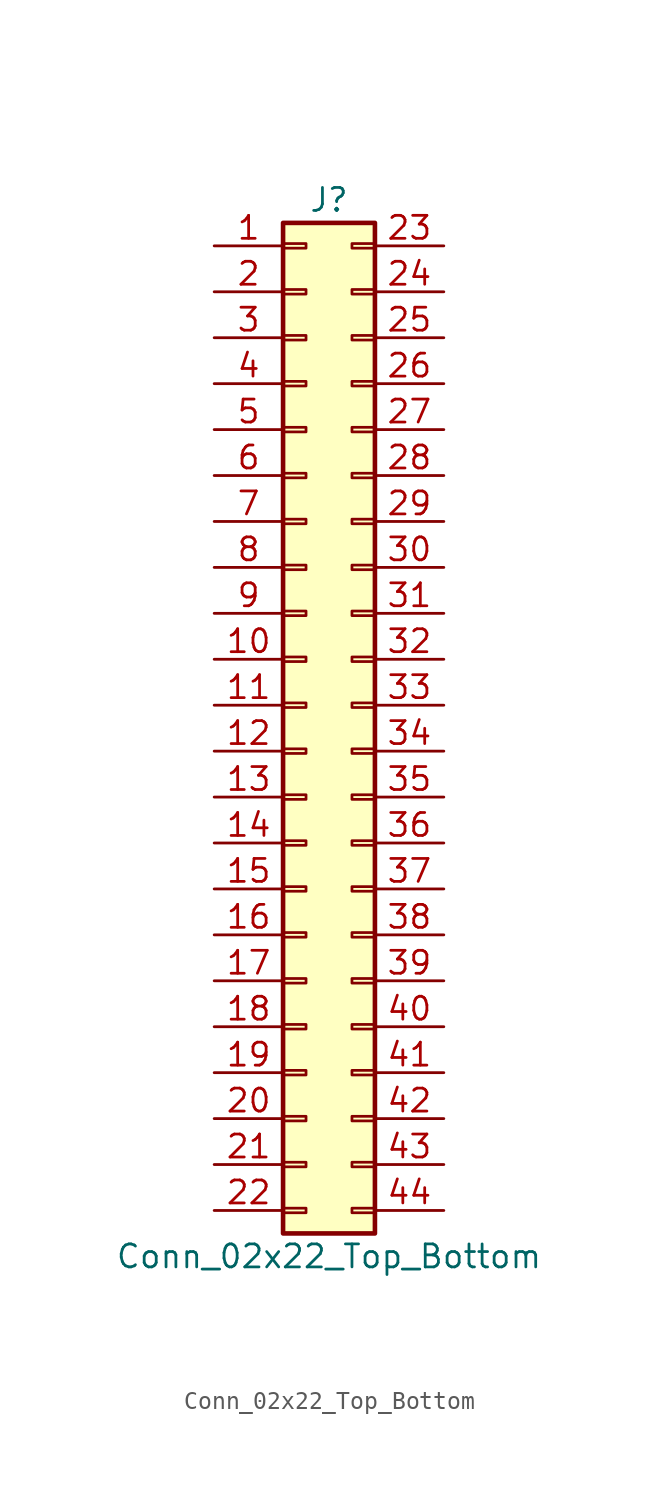
<source format=kicad_sym>
(kicad_symbol_lib
  (version 20220914)
  (generator kicad_symbol_editor)
  (symbol "Conn_02x22_Top_Bottom"
    (pin_names
      (offset 1.016) hide)
    (property "Reference" "J"
      (at 1.27 27.94 0)
      (effects (font (size 1.27 1.27))))
    (property "Value" "Conn_02x22_Top_Bottom"
      (at 1.27 -30.48 0)
      (effects (font (size 1.27 1.27))))
    (symbol "Conn_02x22_Top_Bottom_1_1"
      (rectangle (start -1.27 -27.813) (end 0 -28.067) (stroke (width 0.152) (type default)) (fill (type none)))
      (rectangle (start -1.27 -25.273) (end 0 -25.527) (stroke (width 0.152) (type default)) (fill (type none)))
      (rectangle (start -1.27 -22.733) (end 0 -22.987) (stroke (width 0.152) (type default)) (fill (type none)))
      (rectangle (start -1.27 -20.193) (end 0 -20.447) (stroke (width 0.152) (type default)) (fill (type none)))
      (rectangle (start -1.27 -17.653) (end 0 -17.907) (stroke (width 0.152) (type default)) (fill (type none)))
      (rectangle (start -1.27 -15.113) (end 0 -15.367) (stroke (width 0.152) (type default)) (fill (type none)))
      (rectangle (start -1.27 -12.573) (end 0 -12.827) (stroke (width 0.152) (type default)) (fill (type none)))
      (rectangle (start -1.27 -10.033) (end 0 -10.287) (stroke (width 0.152) (type default)) (fill (type none)))
      (rectangle (start -1.27 -7.493) (end 0 -7.747) (stroke (width 0.152) (type default)) (fill (type none)))
      (rectangle (start -1.27 -4.953) (end 0 -5.207) (stroke (width 0.152) (type default)) (fill (type none)))
      (rectangle (start -1.27 -2.413) (end 0 -2.667) (stroke (width 0.152) (type default)) (fill (type none)))
      (rectangle (start -1.27 0.127) (end 0 -0.127) (stroke (width 0.152) (type default)) (fill (type none)))
      (rectangle (start -1.27 2.667) (end 0 2.413) (stroke (width 0.152) (type default)) (fill (type none)))
      (rectangle (start -1.27 5.207) (end 0 4.953) (stroke (width 0.152) (type default)) (fill (type none)))
      (rectangle (start -1.27 7.747) (end 0 7.493) (stroke (width 0.152) (type default)) (fill (type none)))
      (rectangle (start -1.27 10.287) (end 0 10.033) (stroke (width 0.152) (type default)) (fill (type none)))
      (rectangle (start -1.27 12.827) (end 0 12.573) (stroke (width 0.152) (type default)) (fill (type none)))
      (rectangle (start -1.27 15.367) (end 0 15.113) (stroke (width 0.152) (type default)) (fill (type none)))
      (rectangle (start -1.27 17.907) (end 0 17.653) (stroke (width 0.152) (type default)) (fill (type none)))
      (rectangle (start -1.27 20.447) (end 0 20.193) (stroke (width 0.152) (type default)) (fill (type none)))
      (rectangle (start -1.27 22.987) (end 0 22.733) (stroke (width 0.152) (type default)) (fill (type none)))
      (rectangle (start -1.27 25.527) (end 0 25.273) (stroke (width 0.152) (type default)) (fill (type none)))
      (rectangle (start -1.27 26.67) (end 3.81 -29.21) (stroke (width 0.254) (type default)) (fill (type background)))
      (rectangle (start 3.81 -27.813) (end 2.54 -28.067) (stroke (width 0.152) (type default)) (fill (type none)))
      (rectangle (start 3.81 -25.273) (end 2.54 -25.527) (stroke (width 0.152) (type default)) (fill (type none)))
      (rectangle (start 3.81 -22.733) (end 2.54 -22.987) (stroke (width 0.152) (type default)) (fill (type none)))
      (rectangle (start 3.81 -20.193) (end 2.54 -20.447) (stroke (width 0.152) (type default)) (fill (type none)))
      (rectangle (start 3.81 -17.653) (end 2.54 -17.907) (stroke (width 0.152) (type default)) (fill (type none)))
      (rectangle (start 3.81 -15.113) (end 2.54 -15.367) (stroke (width 0.152) (type default)) (fill (type none)))
      (rectangle (start 3.81 -12.573) (end 2.54 -12.827) (stroke (width 0.152) (type default)) (fill (type none)))
      (rectangle (start 3.81 -10.033) (end 2.54 -10.287) (stroke (width 0.152) (type default)) (fill (type none)))
      (rectangle (start 3.81 -7.493) (end 2.54 -7.747) (stroke (width 0.152) (type default)) (fill (type none)))
      (rectangle (start 3.81 -4.953) (end 2.54 -5.207) (stroke (width 0.152) (type default)) (fill (type none)))
      (rectangle (start 3.81 -2.413) (end 2.54 -2.667) (stroke (width 0.152) (type default)) (fill (type none)))
      (rectangle (start 3.81 0.127) (end 2.54 -0.127) (stroke (width 0.152) (type default)) (fill (type none)))
      (rectangle (start 3.81 2.667) (end 2.54 2.413) (stroke (width 0.152) (type default)) (fill (type none)))
      (rectangle (start 3.81 5.207) (end 2.54 4.953) (stroke (width 0.152) (type default)) (fill (type none)))
      (rectangle (start 3.81 7.747) (end 2.54 7.493) (stroke (width 0.152) (type default)) (fill (type none)))
      (rectangle (start 3.81 10.287) (end 2.54 10.033) (stroke (width 0.152) (type default)) (fill (type none)))
      (rectangle (start 3.81 12.827) (end 2.54 12.573) (stroke (width 0.152) (type default)) (fill (type none)))
      (rectangle (start 3.81 15.367) (end 2.54 15.113) (stroke (width 0.152) (type default)) (fill (type none)))
      (rectangle (start 3.81 17.907) (end 2.54 17.653) (stroke (width 0.152) (type default)) (fill (type none)))
      (rectangle (start 3.81 20.447) (end 2.54 20.193) (stroke (width 0.152) (type default)) (fill (type none)))
      (rectangle (start 3.81 22.987) (end 2.54 22.733) (stroke (width 0.152) (type default)) (fill (type none)))
      (rectangle (start 3.81 25.527) (end 2.54 25.273) (stroke (width 0.152) (type default)) (fill (type none)))
      (pin passive line (at -5.08 25.4 0) (length 3.81) (name "Pin_1" (effects (font (size 1.27 1.27)))) (number "1" (effects (font (size 1.27 1.27)))))
      (pin passive line (at -5.08 2.54 0) (length 3.81) (name "Pin_10" (effects (font (size 1.27 1.27)))) (number "10" (effects (font (size 1.27 1.27)))))
      (pin passive line (at -5.08 0 0) (length 3.81) (name "Pin_11" (effects (font (size 1.27 1.27)))) (number "11" (effects (font (size 1.27 1.27)))))
      (pin passive line (at -5.08 -2.54 0) (length 3.81) (name "Pin_12" (effects (font (size 1.27 1.27)))) (number "12" (effects (font (size 1.27 1.27)))))
      (pin passive line (at -5.08 -5.08 0) (length 3.81) (name "Pin_13" (effects (font (size 1.27 1.27)))) (number "13" (effects (font (size 1.27 1.27)))))
      (pin passive line (at -5.08 -7.62 0) (length 3.81) (name "Pin_14" (effects (font (size 1.27 1.27)))) (number "14" (effects (font (size 1.27 1.27)))))
      (pin passive line (at -5.08 -10.16 0) (length 3.81) (name "Pin_15" (effects (font (size 1.27 1.27)))) (number "15" (effects (font (size 1.27 1.27)))))
      (pin passive line (at -5.08 -12.7 0) (length 3.81) (name "Pin_16" (effects (font (size 1.27 1.27)))) (number "16" (effects (font (size 1.27 1.27)))))
      (pin passive line (at -5.08 -15.24 0) (length 3.81) (name "Pin_17" (effects (font (size 1.27 1.27)))) (number "17" (effects (font (size 1.27 1.27)))))
      (pin passive line (at -5.08 -17.78 0) (length 3.81) (name "Pin_18" (effects (font (size 1.27 1.27)))) (number "18" (effects (font (size 1.27 1.27)))))
      (pin passive line (at -5.08 -20.32 0) (length 3.81) (name "Pin_19" (effects (font (size 1.27 1.27)))) (number "19" (effects (font (size 1.27 1.27)))))
      (pin passive line (at -5.08 22.86 0) (length 3.81) (name "Pin_2" (effects (font (size 1.27 1.27)))) (number "2" (effects (font (size 1.27 1.27)))))
      (pin passive line (at -5.08 -22.86 0) (length 3.81) (name "Pin_20" (effects (font (size 1.27 1.27)))) (number "20" (effects (font (size 1.27 1.27)))))
      (pin passive line (at -5.08 -25.4 0) (length 3.81) (name "Pin_21" (effects (font (size 1.27 1.27)))) (number "21" (effects (font (size 1.27 1.27)))))
      (pin passive line (at -5.08 -27.94 0) (length 3.81) (name "Pin_22" (effects (font (size 1.27 1.27)))) (number "22" (effects (font (size 1.27 1.27)))))
      (pin passive line (at 7.62 25.4 180) (length 3.81) (name "Pin_23" (effects (font (size 1.27 1.27)))) (number "23" (effects (font (size 1.27 1.27)))))
      (pin passive line (at 7.62 22.86 180) (length 3.81) (name "Pin_24" (effects (font (size 1.27 1.27)))) (number "24" (effects (font (size 1.27 1.27)))))
      (pin passive line (at 7.62 20.32 180) (length 3.81) (name "Pin_25" (effects (font (size 1.27 1.27)))) (number "25" (effects (font (size 1.27 1.27)))))
      (pin passive line (at 7.62 17.78 180) (length 3.81) (name "Pin_26" (effects (font (size 1.27 1.27)))) (number "26" (effects (font (size 1.27 1.27)))))
      (pin passive line (at 7.62 15.24 180) (length 3.81) (name "Pin_27" (effects (font (size 1.27 1.27)))) (number "27" (effects (font (size 1.27 1.27)))))
      (pin passive line (at 7.62 12.7 180) (length 3.81) (name "Pin_28" (effects (font (size 1.27 1.27)))) (number "28" (effects (font (size 1.27 1.27)))))
      (pin passive line (at 7.62 10.16 180) (length 3.81) (name "Pin_29" (effects (font (size 1.27 1.27)))) (number "29" (effects (font (size 1.27 1.27)))))
      (pin passive line (at -5.08 20.32 0) (length 3.81) (name "Pin_3" (effects (font (size 1.27 1.27)))) (number "3" (effects (font (size 1.27 1.27)))))
      (pin passive line (at 7.62 7.62 180) (length 3.81) (name "Pin_30" (effects (font (size 1.27 1.27)))) (number "30" (effects (font (size 1.27 1.27)))))
      (pin passive line (at 7.62 5.08 180) (length 3.81) (name "Pin_31" (effects (font (size 1.27 1.27)))) (number "31" (effects (font (size 1.27 1.27)))))
      (pin passive line (at 7.62 2.54 180) (length 3.81) (name "Pin_32" (effects (font (size 1.27 1.27)))) (number "32" (effects (font (size 1.27 1.27)))))
      (pin passive line (at 7.62 0 180) (length 3.81) (name "Pin_33" (effects (font (size 1.27 1.27)))) (number "33" (effects (font (size 1.27 1.27)))))
      (pin passive line (at 7.62 -2.54 180) (length 3.81) (name "Pin_34" (effects (font (size 1.27 1.27)))) (number "34" (effects (font (size 1.27 1.27)))))
      (pin passive line (at 7.62 -5.08 180) (length 3.81) (name "Pin_35" (effects (font (size 1.27 1.27)))) (number "35" (effects (font (size 1.27 1.27)))))
      (pin passive line (at 7.62 -7.62 180) (length 3.81) (name "Pin_36" (effects (font (size 1.27 1.27)))) (number "36" (effects (font (size 1.27 1.27)))))
      (pin passive line (at 7.62 -10.16 180) (length 3.81) (name "Pin_37" (effects (font (size 1.27 1.27)))) (number "37" (effects (font (size 1.27 1.27)))))
      (pin passive line (at 7.62 -12.7 180) (length 3.81) (name "Pin_38" (effects (font (size 1.27 1.27)))) (number "38" (effects (font (size 1.27 1.27)))))
      (pin passive line (at 7.62 -15.24 180) (length 3.81) (name "Pin_39" (effects (font (size 1.27 1.27)))) (number "39" (effects (font (size 1.27 1.27)))))
      (pin passive line (at -5.08 17.78 0) (length 3.81) (name "Pin_4" (effects (font (size 1.27 1.27)))) (number "4" (effects (font (size 1.27 1.27)))))
      (pin passive line (at 7.62 -17.78 180) (length 3.81) (name "Pin_40" (effects (font (size 1.27 1.27)))) (number "40" (effects (font (size 1.27 1.27)))))
      (pin passive line (at 7.62 -20.32 180) (length 3.81) (name "Pin_41" (effects (font (size 1.27 1.27)))) (number "41" (effects (font (size 1.27 1.27)))))
      (pin passive line (at 7.62 -22.86 180) (length 3.81) (name "Pin_42" (effects (font (size 1.27 1.27)))) (number "42" (effects (font (size 1.27 1.27)))))
      (pin passive line (at 7.62 -25.4 180) (length 3.81) (name "Pin_43" (effects (font (size 1.27 1.27)))) (number "43" (effects (font (size 1.27 1.27)))))
      (pin passive line (at 7.62 -27.94 180) (length 3.81) (name "Pin_44" (effects (font (size 1.27 1.27)))) (number "44" (effects (font (size 1.27 1.27)))))
      (pin passive line (at -5.08 15.24 0) (length 3.81) (name "Pin_5" (effects (font (size 1.27 1.27)))) (number "5" (effects (font (size 1.27 1.27)))))
      (pin passive line (at -5.08 12.7 0) (length 3.81) (name "Pin_6" (effects (font (size 1.27 1.27)))) (number "6" (effects (font (size 1.27 1.27)))))
      (pin passive line (at -5.08 10.16 0) (length 3.81) (name "Pin_7" (effects (font (size 1.27 1.27)))) (number "7" (effects (font (size 1.27 1.27)))))
      (pin passive line (at -5.08 7.62 0) (length 3.81) (name "Pin_8" (effects (font (size 1.27 1.27)))) (number "8" (effects (font (size 1.27 1.27)))))
      (pin passive line (at -5.08 5.08 0) (length 3.81) (name "Pin_9" (effects (font (size 1.27 1.27)))) (number "9" (effects (font (size 1.27 1.27))))))))
</source>
